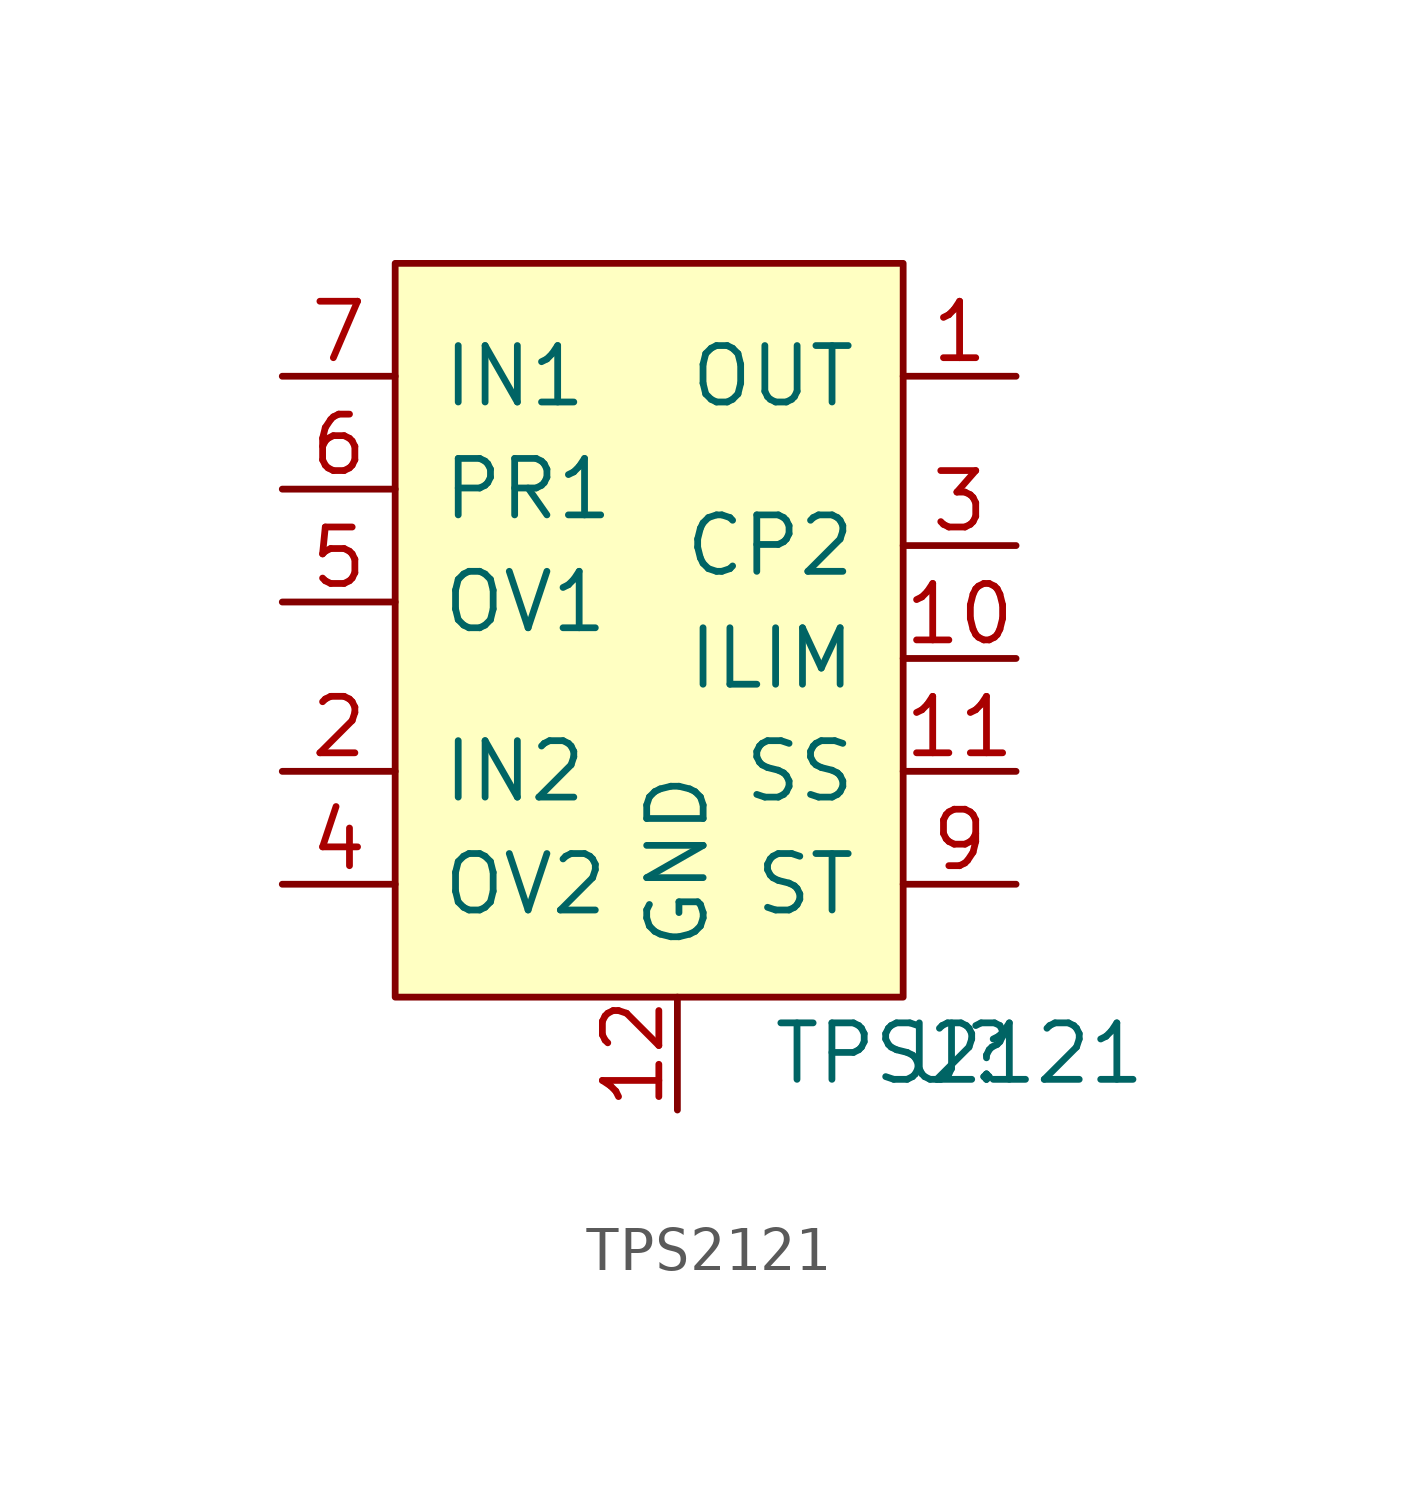
<source format=kicad_sym>
(kicad_symbol_lib
  (version 20201005)
  (generator kicad_symbol_editor)
  (symbol "TPS2121"
    (pin_names
      (offset 1.016))
    (property "Reference" "U"
      (at 6.35 -8.89 0)
      (effects (font (size 1.27 1.27))))
    (property "Value" "TPS2121"
      (at 6.35 -8.89 0)
      (effects (font (size 1.27 1.27))))
    (symbol "TPS2121_0_1"
      (rectangle (start -6.35 8.89) (end 5.08 -7.62) (stroke (width 0)) (fill (type background))))
    (symbol "TPS2121_1_1"
      (pin power_out line (at 7.62 6.35 180) (length 2.54) (name "OUT" (effects (font (size 1.27 1.27)))) (number "1" (effects (font (size 1.27 1.27)))))
      (pin input line (at 7.62 0 180) (length 2.54) (name "ILIM" (effects (font (size 1.27 1.27)))) (number "10" (effects (font (size 1.27 1.27)))))
      (pin input line (at 7.62 -2.54 180) (length 2.54) (name "SS" (effects (font (size 1.27 1.27)))) (number "11" (effects (font (size 1.27 1.27)))))
      (pin power_in line (at 0 -10.16 90) (length 2.54) (name "GND" (effects (font (size 1.27 1.27)))) (number "12" (effects (font (size 1.27 1.27)))))
      (pin power_in line (at -8.89 -2.54 0) (length 2.54) (name "IN2" (effects (font (size 1.27 1.27)))) (number "2" (effects (font (size 1.27 1.27)))))
      (pin input line (at 7.62 2.54 180) (length 2.54) (name "CP2" (effects (font (size 1.27 1.27)))) (number "3" (effects (font (size 1.27 1.27)))))
      (pin input line (at -8.89 -5.08 0) (length 2.54) (name "OV2" (effects (font (size 1.27 1.27)))) (number "4" (effects (font (size 1.27 1.27)))))
      (pin input line (at -8.89 1.27 0) (length 2.54) (name "OV1" (effects (font (size 1.27 1.27)))) (number "5" (effects (font (size 1.27 1.27)))))
      (pin input line (at -8.89 3.81 0) (length 2.54) (name "PR1" (effects (font (size 1.27 1.27)))) (number "6" (effects (font (size 1.27 1.27)))))
      (pin power_in line (at -8.89 6.35 0) (length 2.54) (name "IN1" (effects (font (size 1.27 1.27)))) (number "7" (effects (font (size 1.27 1.27)))))
      (pin passive line (at 7.62 6.35 180) (length 2.54) hide (name "OUT" (effects (font (size 1.27 1.27)))) (number "8" (effects (font (size 1.27 1.27)))))
      (pin output line (at 7.62 -5.08 180) (length 2.54) (name "ST" (effects (font (size 1.27 1.27)))) (number "9" (effects (font (size 1.27 1.27))))))))
</source>
